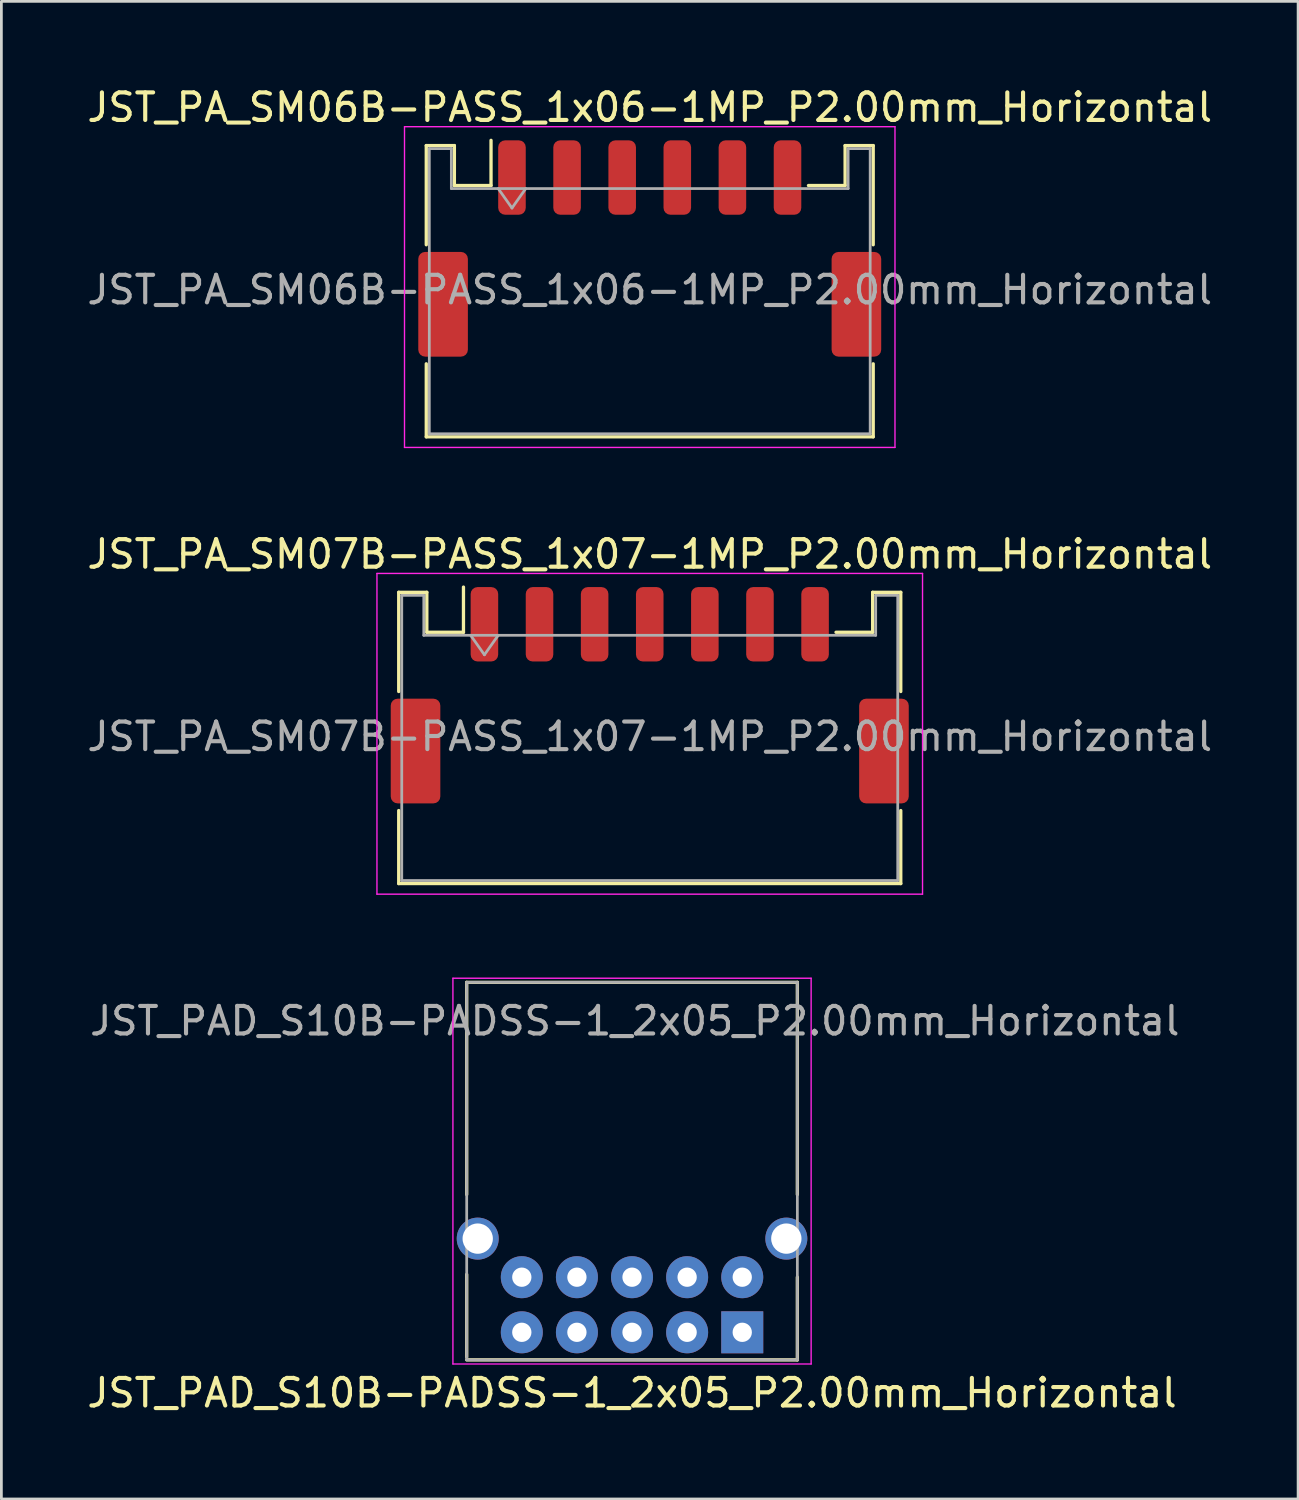
<source format=kicad_pcb>
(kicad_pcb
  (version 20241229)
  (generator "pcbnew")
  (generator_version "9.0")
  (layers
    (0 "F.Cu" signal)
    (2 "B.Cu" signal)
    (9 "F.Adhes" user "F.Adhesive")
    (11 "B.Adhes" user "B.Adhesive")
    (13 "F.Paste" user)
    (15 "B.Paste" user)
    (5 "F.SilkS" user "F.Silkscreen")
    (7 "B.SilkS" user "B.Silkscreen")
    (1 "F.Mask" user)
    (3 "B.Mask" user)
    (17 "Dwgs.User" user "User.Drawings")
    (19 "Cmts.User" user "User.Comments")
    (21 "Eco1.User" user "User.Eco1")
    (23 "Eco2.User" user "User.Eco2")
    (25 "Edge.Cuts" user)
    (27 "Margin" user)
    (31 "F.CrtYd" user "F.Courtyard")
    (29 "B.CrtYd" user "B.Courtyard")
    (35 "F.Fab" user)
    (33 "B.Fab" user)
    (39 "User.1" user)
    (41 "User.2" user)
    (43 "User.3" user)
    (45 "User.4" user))
  (footprint "JST_PAD_S10B-PADSS-1_2x05_P2.00mm_Horizontal"
    (layer "F.Cu")
    (at 23.887 45.301)
    (property "Reference" "JST_PAD_S10B-PADSS-1_2x05_P2.00mm_Horizontal" (at -4 2.2 0) (layer "F.SilkS") (effects (font (size 1 1) (thickness 0.15))))
    (attr through_hole)
    (fp_line (start -10 -12.7) (end -10 -5) (stroke (width 0.12) (type solid)) (layer "F.SilkS"))
    (fp_line (start -10 0.9) (end -10 -2.1) (stroke (width 0.12) (type solid)) (layer "F.SilkS"))
    (fp_line (start 2 -12.7) (end -10 -12.7) (stroke (width 0.12) (type solid)) (layer "F.SilkS"))
    (fp_line (start 2 -12.7) (end 2 -5) (stroke (width 0.12) (type solid)) (layer "F.SilkS"))
    (fp_line (start 2 1) (end -10 1) (stroke (width 0.12) (type solid)) (layer "F.SilkS"))
    (fp_line (start 2 1) (end 2 -2) (stroke (width 0.12) (type solid)) (layer "F.SilkS"))
    (fp_line (start -10.5 -12.85) (end 2.5 -12.85) (stroke (width 0.05) (type solid)) (layer "F.CrtYd"))
    (fp_line (start -10.5 1.15) (end -10.5 -12.85) (stroke (width 0.05) (type solid)) (layer "F.CrtYd"))
    (fp_line (start 2.5 -12.85) (end 2.5 1.15) (stroke (width 0.05) (type solid)) (layer "F.CrtYd"))
    (fp_line (start 2.5 1.15) (end -10.5 1.15) (stroke (width 0.05) (type solid)) (layer "F.CrtYd"))
    (fp_line (start -10 -12.7) (end 2 -12.7) (stroke (width 0.1) (type solid)) (layer "F.Fab"))
    (fp_line (start -10 1) (end -10 -12.7) (stroke (width 0.1) (type solid)) (layer "F.Fab"))
    (fp_line (start 2 -12.7) (end 2 1) (stroke (width 0.1) (type solid)) (layer "F.Fab"))
    (fp_line (start 2 1) (end -10 1) (stroke (width 0.1) (type solid)) (layer "F.Fab"))
    (fp_text user "${REFERENCE}" (at -3.9 -11.3 0) (layer "F.Fab") (effects (font (size 1 1) (thickness 0.15))))
    (pad "" np_thru_hole circle (at -9.6 -3.4) (size 1.524 1.524) (drill 1.1) (layers "*.Cu" "*.Mask"))
    (pad "" np_thru_hole circle (at 1.6 -3.4) (size 1.524 1.524) (drill 1.1) (layers "*.Cu" "*.Mask"))
    (pad "1" thru_hole rect (at 0 0) (size 1.524 1.524) (drill 0.7) (layers "*.Cu" "*.Mask"))
    (pad "2" thru_hole circle (at 0 -2) (size 1.524 1.524) (drill 0.7) (layers "*.Cu" "*.Mask"))
    (pad "3" thru_hole circle (at -2 0) (size 1.524 1.524) (drill 0.7) (layers "*.Cu" "*.Mask"))
    (pad "4" thru_hole circle (at -2 -2) (size 1.524 1.524) (drill 0.7) (layers "*.Cu" "*.Mask"))
    (pad "5" thru_hole circle (at -4 0) (size 1.524 1.524) (drill 0.7) (layers "*.Cu" "*.Mask"))
    (pad "6" thru_hole circle (at -4 -2) (size 1.524 1.524) (drill 0.7) (layers "*.Cu" "*.Mask"))
    (pad "7" thru_hole circle (at -6 0) (size 1.524 1.524) (drill 0.7) (layers "*.Cu" "*.Mask"))
    (pad "8" thru_hole circle (at -6 -2) (size 1.524 1.524) (drill 0.7) (layers "*.Cu" "*.Mask"))
    (pad "9" thru_hole circle (at -8 0) (size 1.524 1.524) (drill 0.7) (layers "*.Cu" "*.Mask"))
    (pad "10" thru_hole circle (at -8 -2) (size 1.524 1.524) (drill 0.7) (layers "*.Cu" "*.Mask")))
  (footprint "JST_PA_SM06B-PASS_1x06-1MP_P2.00mm_Horizontal"
    (layer "F.Cu")
    (at 20.53 5.968)
    (property "Reference" "JST_PA_SM06B-PASS_1x06-1MP_P2.00mm_Horizontal" (at 0 -5.12 0) (layer "F.SilkS") (effects (font (size 1 1) (thickness 0.15))))
    (attr smd)
    (fp_line (start -8.11 -3.735) (end -7.09 -3.735) (stroke (width 0.12) (type solid)) (layer "F.SilkS"))
    (fp_line (start -8.11 -0.135) (end -8.11 -3.735) (stroke (width 0.12) (type solid)) (layer "F.SilkS"))
    (fp_line (start -8.11 4.185) (end -8.11 6.835) (stroke (width 0.12) (type solid)) (layer "F.SilkS"))
    (fp_line (start -8.11 6.835) (end 8.11 6.835) (stroke (width 0.12) (type solid)) (layer "F.SilkS"))
    (fp_line (start -7.09 -3.735) (end -7.09 -2.285) (stroke (width 0.12) (type solid)) (layer "F.SilkS"))
    (fp_line (start -7.09 -2.285) (end -5.76 -2.285) (stroke (width 0.12) (type solid)) (layer "F.SilkS"))
    (fp_line (start -5.76 -2.285) (end -5.76 -3.925) (stroke (width 0.12) (type solid)) (layer "F.SilkS"))
    (fp_line (start 7.09 -3.735) (end 7.09 -2.285) (stroke (width 0.12) (type solid)) (layer "F.SilkS"))
    (fp_line (start 7.09 -2.285) (end 5.76 -2.285) (stroke (width 0.12) (type solid)) (layer "F.SilkS"))
    (fp_line (start 8.11 -3.735) (end 7.09 -3.735) (stroke (width 0.12) (type solid)) (layer "F.SilkS"))
    (fp_line (start 8.11 -0.135) (end 8.11 -3.735) (stroke (width 0.12) (type solid)) (layer "F.SilkS"))
    (fp_line (start 8.11 6.835) (end 8.11 4.185) (stroke (width 0.12) (type solid)) (layer "F.SilkS"))
    (fp_line (start -8.9 -4.42) (end -8.9 7.22) (stroke (width 0.05) (type solid)) (layer "F.CrtYd"))
    (fp_line (start -8.9 7.22) (end 8.9 7.22) (stroke (width 0.05) (type solid)) (layer "F.CrtYd"))
    (fp_line (start 8.9 -4.42) (end -8.9 -4.42) (stroke (width 0.05) (type solid)) (layer "F.CrtYd"))
    (fp_line (start 8.9 7.22) (end 8.9 -4.42) (stroke (width 0.05) (type solid)) (layer "F.CrtYd"))
    (fp_line (start -8 -3.625) (end -8 6.725) (stroke (width 0.1) (type solid)) (layer "F.Fab"))
    (fp_line (start -8 -3.625) (end -7.2 -3.625) (stroke (width 0.1) (type solid)) (layer "F.Fab"))
    (fp_line (start -8 6.725) (end 8 6.725) (stroke (width 0.1) (type solid)) (layer "F.Fab"))
    (fp_line (start -7.2 -3.625) (end -7.2 -2.175) (stroke (width 0.1) (type solid)) (layer "F.Fab"))
    (fp_line (start -7.2 -2.175) (end 7.2 -2.175) (stroke (width 0.1) (type solid)) (layer "F.Fab"))
    (fp_line (start -5.5 -2.175) (end -5 -1.468) (stroke (width 0.1) (type solid)) (layer "F.Fab"))
    (fp_line (start -5 -1.468) (end -4.5 -2.175) (stroke (width 0.1) (type solid)) (layer "F.Fab"))
    (fp_line (start 7.2 -3.625) (end 8 -3.625) (stroke (width 0.1) (type solid)) (layer "F.Fab"))
    (fp_line (start 7.2 -2.175) (end 7.2 -3.625) (stroke (width 0.1) (type solid)) (layer "F.Fab"))
    (fp_line (start 8 -3.625) (end 8 6.725) (stroke (width 0.1) (type solid)) (layer "F.Fab"))
    (fp_text user "${REFERENCE}" (at 0 1.5 0) (layer "F.Fab") (effects (font (size 1 1) (thickness 0.15))))
    (pad "1" smd roundrect (at -5 -2.575) (size 1 2.7) (layers "F.Cu" "F.Mask" "F.Paste") (roundrect_rratio 0.25))
    (pad "2" smd roundrect (at -3 -2.575) (size 1 2.7) (layers "F.Cu" "F.Mask" "F.Paste") (roundrect_rratio 0.25))
    (pad "3" smd roundrect (at -1 -2.575) (size 1 2.7) (layers "F.Cu" "F.Mask" "F.Paste") (roundrect_rratio 0.25))
    (pad "4" smd roundrect (at 1 -2.575) (size 1 2.7) (layers "F.Cu" "F.Mask" "F.Paste") (roundrect_rratio 0.25))
    (pad "5" smd roundrect (at 3 -2.575) (size 1 2.7) (layers "F.Cu" "F.Mask" "F.Paste") (roundrect_rratio 0.25))
    (pad "6" smd roundrect (at 5 -2.575) (size 1 2.7) (layers "F.Cu" "F.Mask" "F.Paste") (roundrect_rratio 0.25))
    (pad "MP" smd roundrect (at -7.5 2.025) (size 1.8 3.8) (layers "F.Cu" "F.Mask" "F.Paste") (roundrect_rratio 0.139))
    (pad "MP" smd roundrect (at 7.5 2.025) (size 1.8 3.8) (layers "F.Cu" "F.Mask" "F.Paste") (roundrect_rratio 0.139)))
  (footprint "JST_PA_SM07B-PASS_1x07-1MP_P2.00mm_Horizontal"
    (layer "F.Cu")
    (at 20.53 22.181)
    (property "Reference" "JST_PA_SM07B-PASS_1x07-1MP_P2.00mm_Horizontal" (at 0 -5.12 0) (layer "F.SilkS") (effects (font (size 1 1) (thickness 0.15))))
    (attr smd)
    (fp_line (start -9.11 -3.735) (end -8.09 -3.735) (stroke (width 0.12) (type solid)) (layer "F.SilkS"))
    (fp_line (start -9.11 -0.135) (end -9.11 -3.735) (stroke (width 0.12) (type solid)) (layer "F.SilkS"))
    (fp_line (start -9.11 4.185) (end -9.11 6.835) (stroke (width 0.12) (type solid)) (layer "F.SilkS"))
    (fp_line (start -9.11 6.835) (end 9.11 6.835) (stroke (width 0.12) (type solid)) (layer "F.SilkS"))
    (fp_line (start -8.09 -3.735) (end -8.09 -2.285) (stroke (width 0.12) (type solid)) (layer "F.SilkS"))
    (fp_line (start -8.09 -2.285) (end -6.76 -2.285) (stroke (width 0.12) (type solid)) (layer "F.SilkS"))
    (fp_line (start -6.76 -2.285) (end -6.76 -3.925) (stroke (width 0.12) (type solid)) (layer "F.SilkS"))
    (fp_line (start 8.09 -3.735) (end 8.09 -2.285) (stroke (width 0.12) (type solid)) (layer "F.SilkS"))
    (fp_line (start 8.09 -2.285) (end 6.76 -2.285) (stroke (width 0.12) (type solid)) (layer "F.SilkS"))
    (fp_line (start 9.11 -3.735) (end 8.09 -3.735) (stroke (width 0.12) (type solid)) (layer "F.SilkS"))
    (fp_line (start 9.11 -0.135) (end 9.11 -3.735) (stroke (width 0.12) (type solid)) (layer "F.SilkS"))
    (fp_line (start 9.11 6.835) (end 9.11 4.185) (stroke (width 0.12) (type solid)) (layer "F.SilkS"))
    (fp_line (start -9.9 -4.42) (end -9.9 7.22) (stroke (width 0.05) (type solid)) (layer "F.CrtYd"))
    (fp_line (start -9.9 7.22) (end 9.9 7.22) (stroke (width 0.05) (type solid)) (layer "F.CrtYd"))
    (fp_line (start 9.9 -4.42) (end -9.9 -4.42) (stroke (width 0.05) (type solid)) (layer "F.CrtYd"))
    (fp_line (start 9.9 7.22) (end 9.9 -4.42) (stroke (width 0.05) (type solid)) (layer "F.CrtYd"))
    (fp_line (start -9 -3.625) (end -9 6.725) (stroke (width 0.1) (type solid)) (layer "F.Fab"))
    (fp_line (start -9 -3.625) (end -8.2 -3.625) (stroke (width 0.1) (type solid)) (layer "F.Fab"))
    (fp_line (start -9 6.725) (end 9 6.725) (stroke (width 0.1) (type solid)) (layer "F.Fab"))
    (fp_line (start -8.2 -3.625) (end -8.2 -2.175) (stroke (width 0.1) (type solid)) (layer "F.Fab"))
    (fp_line (start -8.2 -2.175) (end 8.2 -2.175) (stroke (width 0.1) (type solid)) (layer "F.Fab"))
    (fp_line (start -6.5 -2.175) (end -6 -1.468) (stroke (width 0.1) (type solid)) (layer "F.Fab"))
    (fp_line (start -6 -1.468) (end -5.5 -2.175) (stroke (width 0.1) (type solid)) (layer "F.Fab"))
    (fp_line (start 8.2 -3.625) (end 9 -3.625) (stroke (width 0.1) (type solid)) (layer "F.Fab"))
    (fp_line (start 8.2 -2.175) (end 8.2 -3.625) (stroke (width 0.1) (type solid)) (layer "F.Fab"))
    (fp_line (start 9 -3.625) (end 9 6.725) (stroke (width 0.1) (type solid)) (layer "F.Fab"))
    (fp_text user "${REFERENCE}" (at 0 1.5 0) (layer "F.Fab") (effects (font (size 1 1) (thickness 0.15))))
    (pad "1" smd roundrect (at -6 -2.575) (size 1 2.7) (layers "F.Cu" "F.Mask" "F.Paste") (roundrect_rratio 0.25))
    (pad "2" smd roundrect (at -4 -2.575) (size 1 2.7) (layers "F.Cu" "F.Mask" "F.Paste") (roundrect_rratio 0.25))
    (pad "3" smd roundrect (at -2 -2.575) (size 1 2.7) (layers "F.Cu" "F.Mask" "F.Paste") (roundrect_rratio 0.25))
    (pad "4" smd roundrect (at 0 -2.575) (size 1 2.7) (layers "F.Cu" "F.Mask" "F.Paste") (roundrect_rratio 0.25))
    (pad "5" smd roundrect (at 2 -2.575) (size 1 2.7) (layers "F.Cu" "F.Mask" "F.Paste") (roundrect_rratio 0.25))
    (pad "6" smd roundrect (at 4 -2.575) (size 1 2.7) (layers "F.Cu" "F.Mask" "F.Paste") (roundrect_rratio 0.25))
    (pad "7" smd roundrect (at 6 -2.575) (size 1 2.7) (layers "F.Cu" "F.Mask" "F.Paste") (roundrect_rratio 0.25))
    (pad "MP" smd roundrect (at -8.5 2.025) (size 1.8 3.8) (layers "F.Cu" "F.Mask" "F.Paste") (roundrect_rratio 0.139))
    (pad "MP" smd roundrect (at 8.5 2.025) (size 1.8 3.8) (layers "F.Cu" "F.Mask" "F.Paste") (roundrect_rratio 0.139)))
  (gr_rect
    (start -3 -3)
    (end 44.06 51.35)
    (stroke (width 0.1) (type default))
    (fill no)
    (layer "Edge.Cuts")))
</source>
